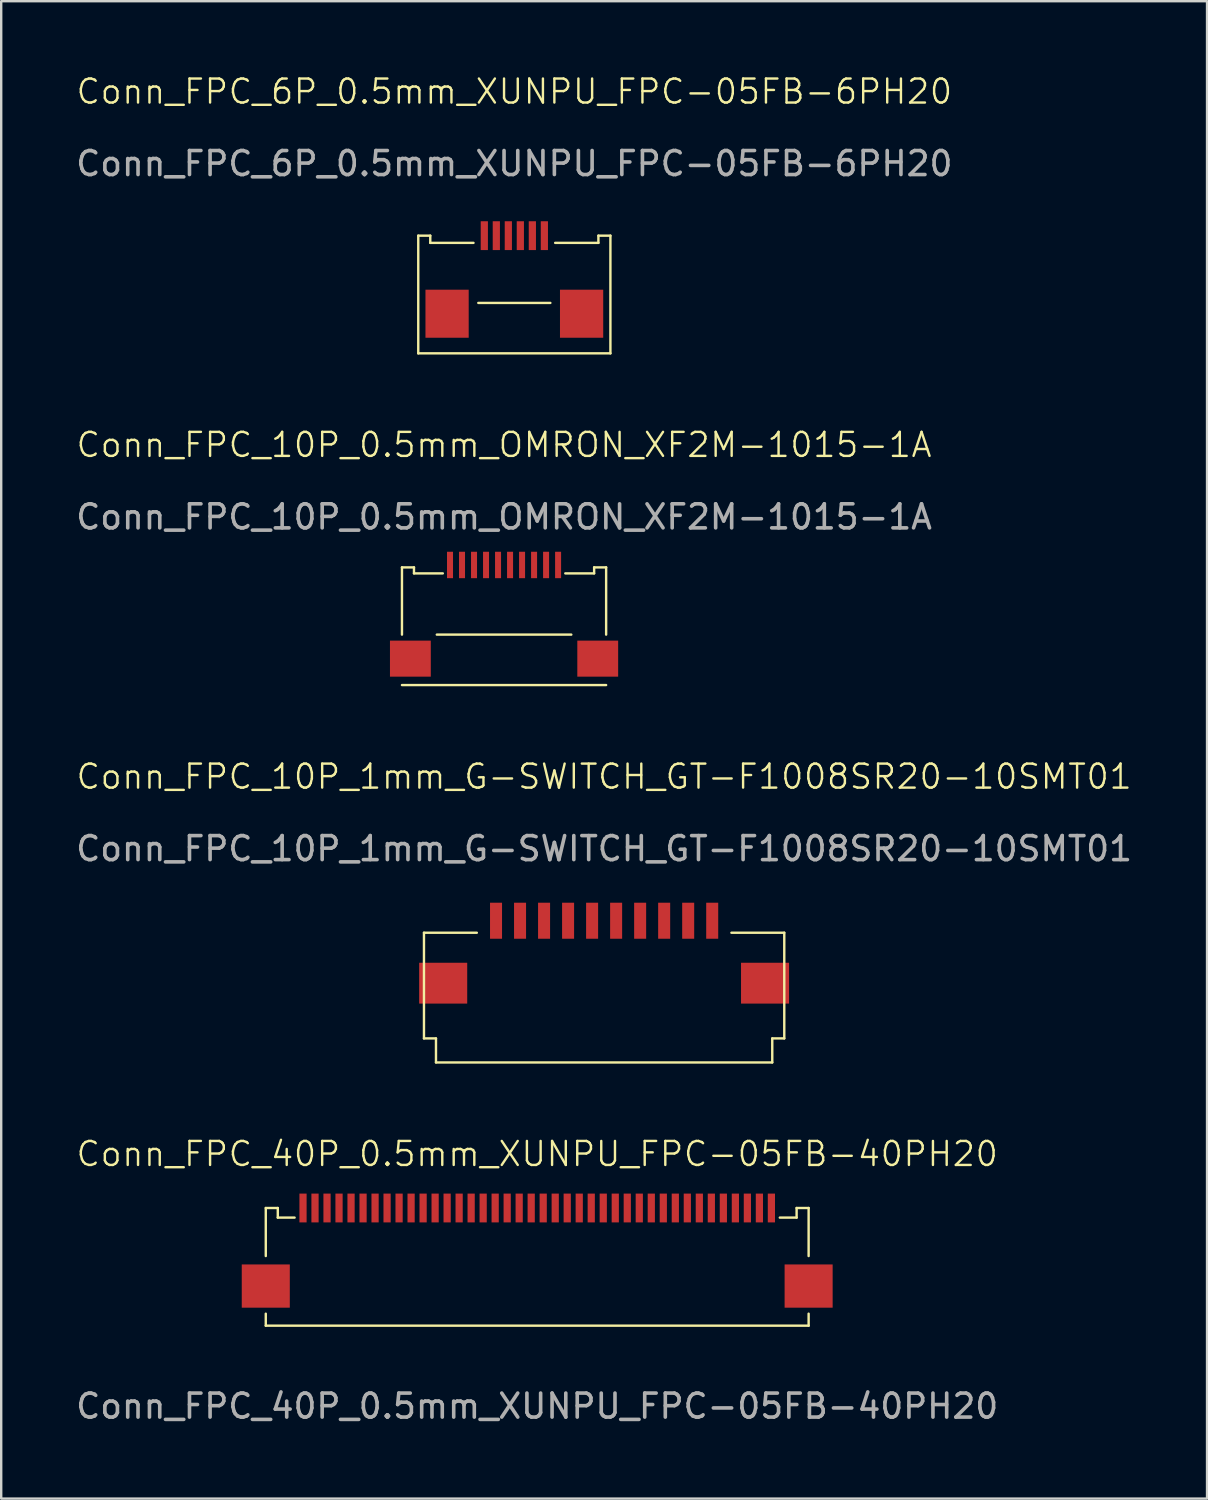
<source format=kicad_pcb>
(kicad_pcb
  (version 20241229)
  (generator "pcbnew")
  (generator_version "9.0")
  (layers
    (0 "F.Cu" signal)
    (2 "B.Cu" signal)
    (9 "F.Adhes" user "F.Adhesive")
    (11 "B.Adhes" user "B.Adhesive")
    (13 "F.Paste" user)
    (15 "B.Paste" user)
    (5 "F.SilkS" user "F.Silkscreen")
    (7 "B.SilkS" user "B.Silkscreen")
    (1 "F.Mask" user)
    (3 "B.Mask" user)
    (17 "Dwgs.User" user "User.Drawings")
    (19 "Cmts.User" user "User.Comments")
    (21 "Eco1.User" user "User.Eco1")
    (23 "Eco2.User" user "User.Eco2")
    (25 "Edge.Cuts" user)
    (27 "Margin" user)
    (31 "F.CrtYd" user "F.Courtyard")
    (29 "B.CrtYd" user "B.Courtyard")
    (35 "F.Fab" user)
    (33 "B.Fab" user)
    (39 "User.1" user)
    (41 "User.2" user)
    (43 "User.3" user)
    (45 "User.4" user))
  (footprint "Conn_FPC_10P_0.5mm_OMRON_XF2M-1015-1A"
    (layer "F.Cu")
    (at 17.935 20.471)
    (property "Reference" "Conn_FPC_10P_0.5mm_OMRON_XF2M-1015-1A" (at 0 -5 0) (unlocked yes) (layer "F.SilkS") (effects (font (size 1 1) (thickness 0.1))))
    (attr smd)
    (fp_line (start -4.25 0.1) (end -4.25 2.9) (stroke (width 0.1) (type default)) (layer "F.SilkS"))
    (fp_line (start -4.25 0.1) (end -3.75 0.1) (stroke (width 0.1) (type default)) (layer "F.SilkS"))
    (fp_line (start -4.25 5) (end 4.25 5) (stroke (width 0.1) (type default)) (layer "F.SilkS"))
    (fp_line (start -3.75 0.1) (end -3.75 0.35) (stroke (width 0.1) (type default)) (layer "F.SilkS"))
    (fp_line (start -2.8 2.9) (end 2.8 2.9) (stroke (width 0.1) (type default)) (layer "F.SilkS"))
    (fp_line (start -2.55 0.35) (end -3.75 0.35) (stroke (width 0.1) (type default)) (layer "F.SilkS"))
    (fp_line (start 3.75 0.1) (end 3.75 0.35) (stroke (width 0.1) (type default)) (layer "F.SilkS"))
    (fp_line (start 3.75 0.1) (end 4.25 0.1) (stroke (width 0.1) (type default)) (layer "F.SilkS"))
    (fp_line (start 3.75 0.35) (end 2.55 0.35) (stroke (width 0.1) (type default)) (layer "F.SilkS"))
    (fp_line (start 4.25 0.1) (end 4.25 2.9) (stroke (width 0.1) (type default)) (layer "F.SilkS"))
    (fp_text user "${REFERENCE}" (at 0 -2 0) (unlocked yes) (layer "F.Fab") (effects (font (size 1 1) (thickness 0.15))))
    (pad "1" smd rect (at -2.25 0 90) (size 1.1 0.25) (layers "F.Cu" "F.Mask" "F.Paste"))
    (pad "2" smd rect (at -1.75 0 90) (size 1.1 0.25) (layers "F.Cu" "F.Mask" "F.Paste"))
    (pad "3" smd rect (at -1.25 0 90) (size 1.1 0.25) (layers "F.Cu" "F.Mask" "F.Paste"))
    (pad "4" smd rect (at -0.75 0 90) (size 1.1 0.25) (layers "F.Cu" "F.Mask" "F.Paste"))
    (pad "5" smd rect (at -0.25 0 90) (size 1.1 0.25) (layers "F.Cu" "F.Mask" "F.Paste"))
    (pad "6" smd rect (at 0.25 0 90) (size 1.1 0.25) (layers "F.Cu" "F.Mask" "F.Paste"))
    (pad "7" smd rect (at 0.75 0 90) (size 1.1 0.25) (layers "F.Cu" "F.Mask" "F.Paste"))
    (pad "8" smd rect (at 1.25 0 90) (size 1.1 0.25) (layers "F.Cu" "F.Mask" "F.Paste"))
    (pad "9" smd rect (at 1.75 0 90) (size 1.1 0.25) (layers "F.Cu" "F.Mask" "F.Paste"))
    (pad "10" smd rect (at 2.25 0 90) (size 1.1 0.25) (layers "F.Cu" "F.Mask" "F.Paste"))
    (pad "MP" smd rect (at -3.9 3.9 90) (size 1.5 1.7) (layers "F.Cu" "F.Mask" "F.Paste"))
    (pad "MP" smd rect (at 3.9 3.9 90) (size 1.5 1.7) (layers "F.Cu" "F.Mask" "F.Paste")))
  (footprint "Conn_FPC_10P_1mm_G-SWITCH_GT-F1008SR20-10SMT01"
    (layer "F.Cu")
    (at 22.101 35.282)
    (property "Reference" "Conn_FPC_10P_1mm_G-SWITCH_GT-F1008SR20-10SMT01" (at 0 -6 0) (unlocked yes) (layer "F.SilkS") (effects (font (size 1 1) (thickness 0.1))))
    (attr smd)
    (fp_line (start -7.5 0.5) (end -7.5 4.9) (stroke (width 0.1) (type default)) (layer "F.SilkS"))
    (fp_line (start -7.5 0.5) (end -5.3 0.5) (stroke (width 0.1) (type default)) (layer "F.SilkS"))
    (fp_line (start -7.5 4.9) (end -7 4.9) (stroke (width 0.1) (type default)) (layer "F.SilkS"))
    (fp_line (start -7 4.9) (end -7 5.9) (stroke (width 0.1) (type default)) (layer "F.SilkS"))
    (fp_line (start 5.3 0.5) (end 7.5 0.5) (stroke (width 0.1) (type default)) (layer "F.SilkS"))
    (fp_line (start 7 4.9) (end 7 5.9) (stroke (width 0.1) (type default)) (layer "F.SilkS"))
    (fp_line (start 7 4.9) (end 7.5 4.9) (stroke (width 0.1) (type default)) (layer "F.SilkS"))
    (fp_line (start 7 5.9) (end -7 5.9) (stroke (width 0.1) (type default)) (layer "F.SilkS"))
    (fp_line (start 7.5 0.5) (end 7.5 4.9) (stroke (width 0.1) (type default)) (layer "F.SilkS"))
    (fp_text user "${REFERENCE}" (at 0 -3 0) (unlocked yes) (layer "F.Fab") (effects (font (size 1 1) (thickness 0.15))))
    (pad "1" smd rect (at -4.5 0 90) (size 1.5 0.5) (layers "F.Cu" "F.Mask" "F.Paste"))
    (pad "2" smd rect (at -3.5 0 90) (size 1.5 0.5) (layers "F.Cu" "F.Mask" "F.Paste"))
    (pad "3" smd rect (at -2.5 0 90) (size 1.5 0.5) (layers "F.Cu" "F.Mask" "F.Paste"))
    (pad "4" smd rect (at -1.5 0 90) (size 1.5 0.5) (layers "F.Cu" "F.Mask" "F.Paste"))
    (pad "5" smd rect (at -0.5 0 90) (size 1.5 0.5) (layers "F.Cu" "F.Mask" "F.Paste"))
    (pad "6" smd rect (at 0.5 0 90) (size 1.5 0.5) (layers "F.Cu" "F.Mask" "F.Paste"))
    (pad "7" smd rect (at 1.5 0 90) (size 1.5 0.5) (layers "F.Cu" "F.Mask" "F.Paste"))
    (pad "8" smd rect (at 2.5 0 90) (size 1.5 0.5) (layers "F.Cu" "F.Mask" "F.Paste"))
    (pad "9" smd rect (at 3.5 0 90) (size 1.5 0.5) (layers "F.Cu" "F.Mask" "F.Paste"))
    (pad "10" smd rect (at 4.5 0 90) (size 1.5 0.5) (layers "F.Cu" "F.Mask" "F.Paste"))
    (pad "MP" smd rect (at -6.7 2.6 90) (size 1.7 2) (layers "F.Cu" "F.Mask" "F.Paste"))
    (pad "MP" smd rect (at 6.7 2.6 90) (size 1.7 2) (layers "F.Cu" "F.Mask" "F.Paste")))
  (footprint "Conn_FPC_40P_0.5mm_XUNPU_FPC-05FB-40PH20"
    (layer "F.Cu")
    (at 19.315 50.492)
    (property "Reference" "Conn_FPC_40P_0.5mm_XUNPU_FPC-05FB-40PH20" (at 0 -5.5 0) (unlocked yes) (layer "F.SilkS") (effects (font (size 1 1) (thickness 0.1))))
    (attr smd)
    (fp_line (start -11.3 -3.25) (end -11.3 -1.25) (stroke (width 0.1) (type default)) (layer "F.SilkS"))
    (fp_line (start -11.3 -3.25) (end -10.8 -3.25) (stroke (width 0.1) (type default)) (layer "F.SilkS"))
    (fp_line (start -11.3 1.15) (end -11.3 1.65) (stroke (width 0.1) (type default)) (layer "F.SilkS"))
    (fp_line (start -11.3 1.65) (end 11.3 1.65) (stroke (width 0.1) (type default)) (layer "F.SilkS"))
    (fp_line (start -10.8 -3.25) (end -10.8 -2.85) (stroke (width 0.1) (type default)) (layer "F.SilkS"))
    (fp_line (start -10.1 -2.85) (end -10.8 -2.85) (stroke (width 0.1) (type default)) (layer "F.SilkS"))
    (fp_line (start 10.8 -3.25) (end 10.8 -2.85) (stroke (width 0.1) (type default)) (layer "F.SilkS"))
    (fp_line (start 10.8 -3.25) (end 11.3 -3.25) (stroke (width 0.1) (type default)) (layer "F.SilkS"))
    (fp_line (start 10.8 -2.85) (end 10.1 -2.85) (stroke (width 0.1) (type default)) (layer "F.SilkS"))
    (fp_line (start 11.3 -3.25) (end 11.3 -1.25) (stroke (width 0.1) (type default)) (layer "F.SilkS"))
    (fp_line (start 11.3 1.15) (end 11.3 1.65) (stroke (width 0.1) (type default)) (layer "F.SilkS"))
    (fp_text user "${REFERENCE}" (at 0 5 0) (unlocked yes) (layer "F.Fab") (effects (font (size 1 1) (thickness 0.15))))
    (pad "1" smd rect (at 9.75 -3.25) (size 0.3 1.2) (layers "F.Cu" "F.Mask" "F.Paste"))
    (pad "2" smd rect (at 9.25 -3.25) (size 0.3 1.2) (layers "F.Cu" "F.Mask" "F.Paste"))
    (pad "3" smd rect (at 8.75 -3.25) (size 0.3 1.2) (layers "F.Cu" "F.Mask" "F.Paste"))
    (pad "4" smd rect (at 8.25 -3.25) (size 0.3 1.2) (layers "F.Cu" "F.Mask" "F.Paste"))
    (pad "5" smd rect (at 7.75 -3.25) (size 0.3 1.2) (layers "F.Cu" "F.Mask" "F.Paste"))
    (pad "6" smd rect (at 7.25 -3.25) (size 0.3 1.2) (layers "F.Cu" "F.Mask" "F.Paste"))
    (pad "7" smd rect (at 6.75 -3.25) (size 0.3 1.2) (layers "F.Cu" "F.Mask" "F.Paste"))
    (pad "8" smd rect (at 6.25 -3.25) (size 0.3 1.2) (layers "F.Cu" "F.Mask" "F.Paste"))
    (pad "9" smd rect (at 5.75 -3.25) (size 0.3 1.2) (layers "F.Cu" "F.Mask" "F.Paste"))
    (pad "10" smd rect (at 5.25 -3.25) (size 0.3 1.2) (layers "F.Cu" "F.Mask" "F.Paste"))
    (pad "11" smd rect (at 4.75 -3.25) (size 0.3 1.2) (layers "F.Cu" "F.Mask" "F.Paste"))
    (pad "12" smd rect (at 4.25 -3.25) (size 0.3 1.2) (layers "F.Cu" "F.Mask" "F.Paste"))
    (pad "13" smd rect (at 3.75 -3.25) (size 0.3 1.2) (layers "F.Cu" "F.Mask" "F.Paste"))
    (pad "14" smd rect (at 3.25 -3.25) (size 0.3 1.2) (layers "F.Cu" "F.Mask" "F.Paste"))
    (pad "15" smd rect (at 2.75 -3.25) (size 0.3 1.2) (layers "F.Cu" "F.Mask" "F.Paste"))
    (pad "16" smd rect (at 2.25 -3.25) (size 0.3 1.2) (layers "F.Cu" "F.Mask" "F.Paste"))
    (pad "17" smd rect (at 1.75 -3.25) (size 0.3 1.2) (layers "F.Cu" "F.Mask" "F.Paste"))
    (pad "18" smd rect (at 1.25 -3.25) (size 0.3 1.2) (layers "F.Cu" "F.Mask" "F.Paste"))
    (pad "19" smd rect (at 0.75 -3.25) (size 0.3 1.2) (layers "F.Cu" "F.Mask" "F.Paste"))
    (pad "20" smd rect (at 0.25 -3.25) (size 0.3 1.2) (layers "F.Cu" "F.Mask" "F.Paste"))
    (pad "21" smd rect (at -0.25 -3.25) (size 0.3 1.2) (layers "F.Cu" "F.Mask" "F.Paste"))
    (pad "22" smd rect (at -0.75 -3.25) (size 0.3 1.2) (layers "F.Cu" "F.Mask" "F.Paste"))
    (pad "23" smd rect (at -1.25 -3.25) (size 0.3 1.2) (layers "F.Cu" "F.Mask" "F.Paste"))
    (pad "24" smd rect (at -1.75 -3.25) (size 0.3 1.2) (layers "F.Cu" "F.Mask" "F.Paste"))
    (pad "25" smd rect (at -2.25 -3.25) (size 0.3 1.2) (layers "F.Cu" "F.Mask" "F.Paste"))
    (pad "26" smd rect (at -2.75 -3.25) (size 0.3 1.2) (layers "F.Cu" "F.Mask" "F.Paste"))
    (pad "27" smd rect (at -3.25 -3.25) (size 0.3 1.2) (layers "F.Cu" "F.Mask" "F.Paste"))
    (pad "28" smd rect (at -3.75 -3.25) (size 0.3 1.2) (layers "F.Cu" "F.Mask" "F.Paste"))
    (pad "29" smd rect (at -4.25 -3.25) (size 0.3 1.2) (layers "F.Cu" "F.Mask" "F.Paste"))
    (pad "30" smd rect (at -4.75 -3.25) (size 0.3 1.2) (layers "F.Cu" "F.Mask" "F.Paste"))
    (pad "31" smd rect (at -5.25 -3.25) (size 0.3 1.2) (layers "F.Cu" "F.Mask" "F.Paste"))
    (pad "32" smd rect (at -5.75 -3.25) (size 0.3 1.2) (layers "F.Cu" "F.Mask" "F.Paste"))
    (pad "33" smd rect (at -6.25 -3.25) (size 0.3 1.2) (layers "F.Cu" "F.Mask" "F.Paste"))
    (pad "34" smd rect (at -6.75 -3.25) (size 0.3 1.2) (layers "F.Cu" "F.Mask" "F.Paste"))
    (pad "35" smd rect (at -7.25 -3.25) (size 0.3 1.2) (layers "F.Cu" "F.Mask" "F.Paste"))
    (pad "36" smd rect (at -7.75 -3.25) (size 0.3 1.2) (layers "F.Cu" "F.Mask" "F.Paste"))
    (pad "37" smd rect (at -8.25 -3.25) (size 0.3 1.2) (layers "F.Cu" "F.Mask" "F.Paste"))
    (pad "38" smd rect (at -8.75 -3.25) (size 0.3 1.2) (layers "F.Cu" "F.Mask" "F.Paste"))
    (pad "39" smd rect (at -9.25 -3.25) (size 0.3 1.2) (layers "F.Cu" "F.Mask" "F.Paste"))
    (pad "40" smd rect (at -9.75 -3.25) (size 0.3 1.2) (layers "F.Cu" "F.Mask" "F.Paste"))
    (pad "MP" smd rect (at -11.3 0 180) (size 2 1.8) (layers "F.Cu" "F.Mask" "F.Paste"))
    (pad "MP" smd rect (at 11.3 0 180) (size 2 1.8) (layers "F.Cu" "F.Mask" "F.Paste")))
  (footprint "Conn_FPC_6P_0.5mm_XUNPU_FPC-05FB-6PH20"
    (layer "F.Cu")
    (at 18.363 6.761)
    (property "Reference" "Conn_FPC_6P_0.5mm_XUNPU_FPC-05FB-6PH20" (at 0 -6 0) (unlocked yes) (layer "F.SilkS") (effects (font (size 1 1) (thickness 0.1))))
    (attr smd)
    (fp_line (start -4 0) (end -4 4.9) (stroke (width 0.1) (type default)) (layer "F.SilkS"))
    (fp_line (start -4 0) (end -3.5 0) (stroke (width 0.1) (type default)) (layer "F.SilkS"))
    (fp_line (start -4 4.9) (end 4 4.9) (stroke (width 0.1) (type default)) (layer "F.SilkS"))
    (fp_line (start -3.5 0) (end -3.5 0.3) (stroke (width 0.1) (type default)) (layer "F.SilkS"))
    (fp_line (start -3.5 0.3) (end -1.7 0.3) (stroke (width 0.1) (type default)) (layer "F.SilkS"))
    (fp_line (start -1.5 2.8) (end 1.5 2.8) (stroke (width 0.1) (type default)) (layer "F.SilkS"))
    (fp_line (start 1.7 0.3) (end 3.5 0.3) (stroke (width 0.1) (type default)) (layer "F.SilkS"))
    (fp_line (start 3.5 0) (end 3.5 0.3) (stroke (width 0.1) (type default)) (layer "F.SilkS"))
    (fp_line (start 3.5 0) (end 4 0) (stroke (width 0.1) (type default)) (layer "F.SilkS"))
    (fp_line (start 4 0) (end 4 4.9) (stroke (width 0.1) (type default)) (layer "F.SilkS"))
    (fp_text user "${REFERENCE}" (at 0 -3 0) (unlocked yes) (layer "F.Fab") (effects (font (size 1 1) (thickness 0.15))))
    (pad "1" smd rect (at -1.25 0 90) (size 1.2 0.3) (layers "F.Cu" "F.Mask" "F.Paste"))
    (pad "2" smd rect (at -0.75 0 90) (size 1.2 0.3) (layers "F.Cu" "F.Mask" "F.Paste"))
    (pad "3" smd rect (at -0.25 0 90) (size 1.2 0.3) (layers "F.Cu" "F.Mask" "F.Paste"))
    (pad "4" smd rect (at 0.25 0 90) (size 1.2 0.3) (layers "F.Cu" "F.Mask" "F.Paste"))
    (pad "5" smd rect (at 0.75 0 90) (size 1.2 0.3) (layers "F.Cu" "F.Mask" "F.Paste"))
    (pad "6" smd rect (at 1.25 0 90) (size 1.2 0.3) (layers "F.Cu" "F.Mask" "F.Paste"))
    (pad "MP" smd rect (at -2.8 3.25 90) (size 2 1.8) (layers "F.Cu" "F.Mask" "F.Paste"))
    (pad "MP" smd rect (at 2.8 3.25 90) (size 2 1.8) (layers "F.Cu" "F.Mask" "F.Paste")))
  (gr_rect
    (start -3 -3)
    (end 47.202 59.34)
    (stroke (width 0.1) (type default))
    (fill no)
    (layer "Edge.Cuts")))
</source>
